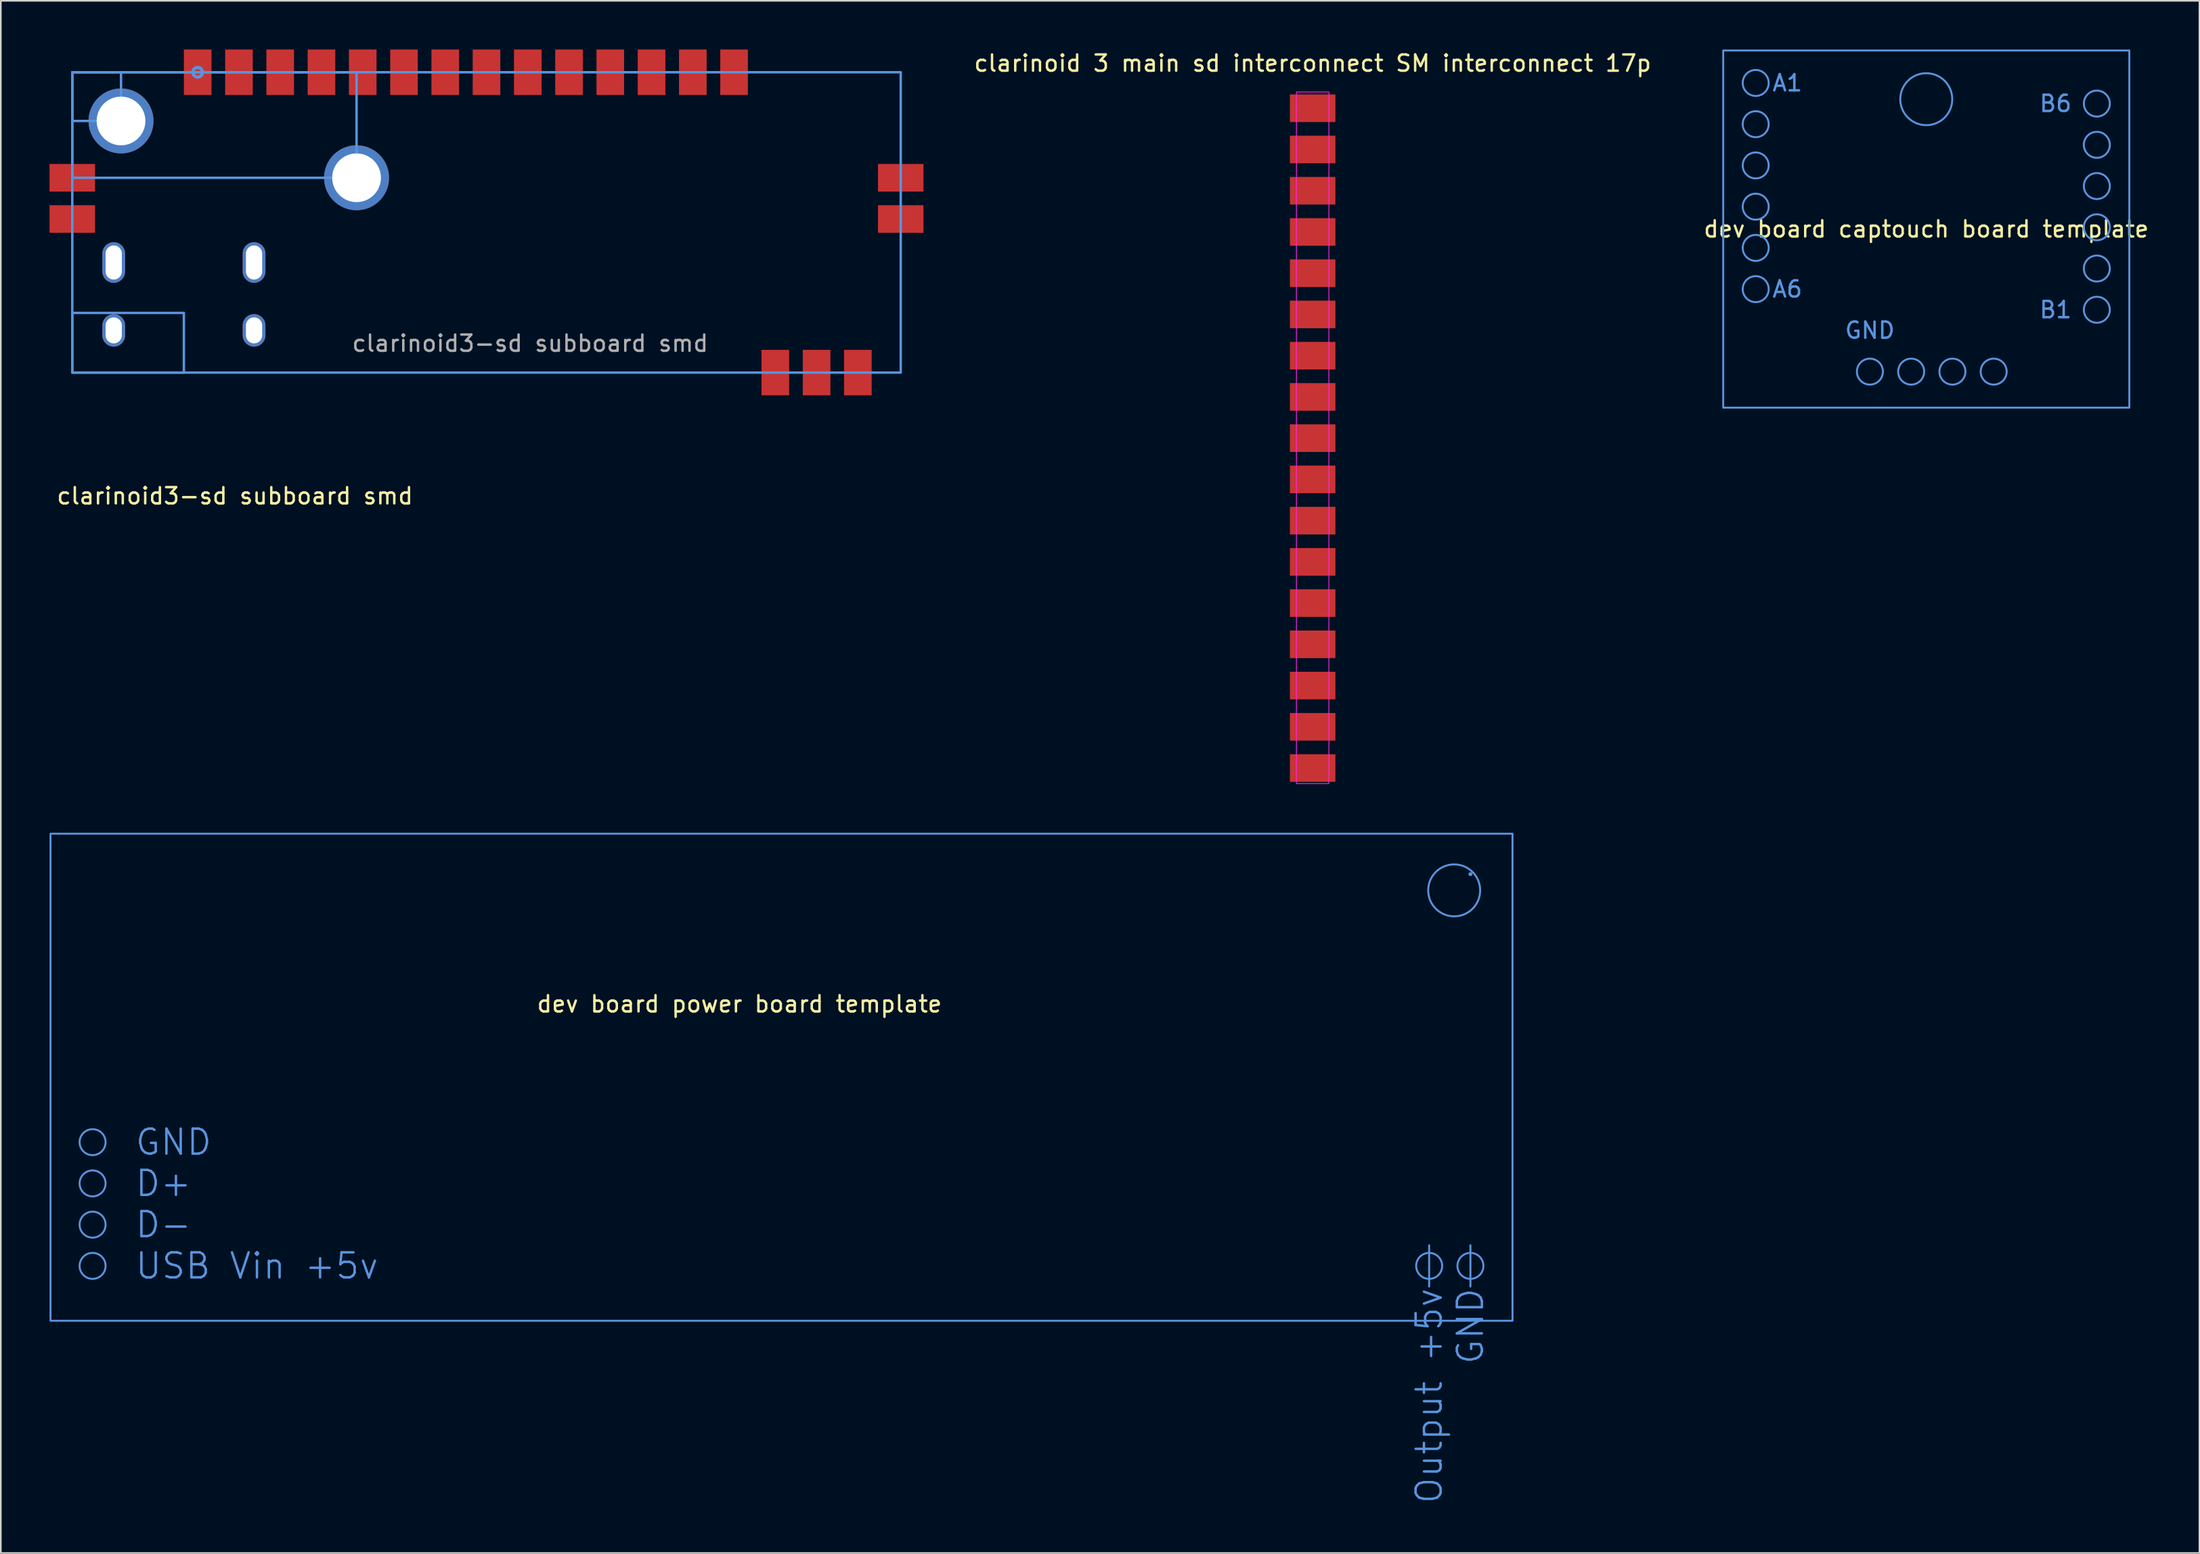
<source format=kicad_pcb>
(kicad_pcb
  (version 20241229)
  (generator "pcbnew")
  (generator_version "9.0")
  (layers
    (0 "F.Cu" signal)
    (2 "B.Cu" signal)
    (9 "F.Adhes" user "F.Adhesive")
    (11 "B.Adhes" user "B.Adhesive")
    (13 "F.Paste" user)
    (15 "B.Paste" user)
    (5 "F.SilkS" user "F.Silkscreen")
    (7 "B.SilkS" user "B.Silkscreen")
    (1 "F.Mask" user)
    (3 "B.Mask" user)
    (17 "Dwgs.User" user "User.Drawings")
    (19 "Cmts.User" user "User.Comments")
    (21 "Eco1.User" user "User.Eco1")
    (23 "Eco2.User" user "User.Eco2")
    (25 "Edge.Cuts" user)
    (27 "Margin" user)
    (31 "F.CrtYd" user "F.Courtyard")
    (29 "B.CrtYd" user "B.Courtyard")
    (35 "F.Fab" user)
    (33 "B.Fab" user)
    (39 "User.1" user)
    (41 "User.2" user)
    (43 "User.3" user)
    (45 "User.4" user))
  (footprint "clarinoid3-sd subboard smd"
    (layer "F.Cu")
    (at 18.9 7.9)
    (property "Reference" "clarinoid3-sd subboard smd" (at -7.487 19.6 0) (unlocked yes) (layer "F.SilkS") (effects (font (size 1 1) (thickness 0.15))))
    (attr smd)
    (fp_rect (start -17.5 -6.5) (end -14.5 -3.5) (stroke (width 0.15) (type solid)) (fill no) (layer "Cmts.User"))
    (fp_rect (start -17.5 -6.5) (end 0 0) (stroke (width 0.15) (type solid)) (fill no) (layer "Cmts.User"))
    (fp_rect (start -17.5 -6.5) (end 33.5 12) (stroke (width 0.15) (type solid)) (fill no) (layer "Cmts.User"))
    (fp_rect (start -10.63 8.325) (end -17.5 12) (stroke (width 0.15) (type solid)) (fill no) (layer "Cmts.User"))
    (fp_circle (center -9.78 -6.5) (end -9.483 -6.5) (stroke (width 0.2) (type solid)) (fill no) (layer "Cmts.User"))
    (fp_line (start -15.5 12) (end -5.7 12) (stroke (width 0.1) (type solid)) (layer "F.Fab"))
    (fp_line (start -13.125 0) (end -11.875 0) (stroke (width 0.1) (type solid)) (layer "F.Fab"))
    (fp_line (start -9.018 0) (end -7.768 0) (stroke (width 0.1) (type solid)) (layer "F.Fab"))
    (fp_text user "${REFERENCE}" (at 10.687 10.2 0) (unlocked yes) (layer "F.Fab") (effects (font (size 1 1) (thickness 0.15))))
    (pad "1" smd rect (at -9.78 -6.5 270) (size 2.8 1.7) (layers "F.Cu" "F.Mask" "F.Paste"))
    (pad "2" smd rect (at -7.24 -6.5 270) (size 2.8 1.7) (layers "F.Cu" "F.Mask" "F.Paste"))
    (pad "3" smd rect (at -4.7 -6.5 270) (size 2.8 1.7) (layers "F.Cu" "F.Mask" "F.Paste"))
    (pad "4" smd rect (at -2.16 -6.5 270) (size 2.8 1.7) (layers "F.Cu" "F.Mask" "F.Paste"))
    (pad "5" smd rect (at 0.38 -6.5 270) (size 2.8 1.7) (layers "F.Cu" "F.Mask" "F.Paste"))
    (pad "6" smd rect (at 2.92 -6.5 270) (size 2.8 1.7) (layers "F.Cu" "F.Mask" "F.Paste"))
    (pad "7" smd rect (at 5.46 -6.5 270) (size 2.8 1.7) (layers "F.Cu" "F.Mask" "F.Paste"))
    (pad "8" smd rect (at 8 -6.5 270) (size 2.8 1.7) (layers "F.Cu" "F.Mask" "F.Paste"))
    (pad "9" smd rect (at 10.54 -6.5 270) (size 2.8 1.7) (layers "F.Cu" "F.Mask" "F.Paste"))
    (pad "10" smd rect (at 13.08 -6.5 270) (size 2.8 1.7) (layers "F.Cu" "F.Mask" "F.Paste"))
    (pad "11" smd rect (at 15.62 -6.5 270) (size 2.8 1.7) (layers "F.Cu" "F.Mask" "F.Paste"))
    (pad "12" smd rect (at 18.16 -6.5 270) (size 2.8 1.7) (layers "F.Cu" "F.Mask" "F.Paste"))
    (pad "13" smd rect (at 20.7 -6.5 270) (size 2.8 1.7) (layers "F.Cu" "F.Mask" "F.Paste"))
    (pad "14" smd rect (at 23.24 -6.5 270) (size 2.8 1.7) (layers "F.Cu" "F.Mask" "F.Paste"))
    (pad "15" smd rect (at 25.78 12 270) (size 2.8 1.7) (layers "F.Cu" "F.Mask" "F.Paste"))
    (pad "16" smd rect (at 28.32 12 270) (size 2.8 1.7) (layers "F.Cu" "F.Mask" "F.Paste"))
    (pad "17" smd rect (at 30.86 12 270) (size 2.8 1.7) (layers "F.Cu" "F.Mask" "F.Paste"))
    (pad "18" smd rect (at -17.5 0) (size 2.8 1.7) (layers "F.Cu" "F.Mask" "F.Paste"))
    (pad "19" smd rect (at -17.5 2.54) (size 2.8 1.7) (layers "F.Cu" "F.Mask" "F.Paste"))
    (pad "20" smd rect (at 33.5 0) (size 2.8 1.7) (layers "F.Cu" "F.Mask" "F.Paste"))
    (pad "21" smd rect (at 33.5 2.54) (size 2.8 1.7) (layers "F.Cu" "F.Mask" "F.Paste"))
    (pad "SOTHER" thru_hole circle (at 0 0) (size 4 4) (drill 3) (layers "*.Cu" "*.Mask"))
    (pad "SUSB" thru_hole oval (at -14.95 5.22) (size 1.4 2.5) (drill oval 1 2.1) (layers "*.Cu" "*.Mask"))
    (pad "SUSB" thru_hole oval (at -14.95 9.4) (size 1.4 2) (drill oval 1 1.6) (layers "*.Cu" "*.Mask"))
    (pad "SUSB" thru_hole circle (at -14.5 -3.5) (size 4 4) (drill 3) (layers "*.Cu" "*.Mask"))
    (pad "SUSB" thru_hole oval (at -6.31 5.22) (size 1.4 2.5) (drill oval 1 2.1) (layers "*.Cu" "*.Mask"))
    (pad "SUSB" thru_hole oval (at -6.31 9.4) (size 1.4 2) (drill oval 1 1.6) (layers "*.Cu" "*.Mask")))
  (footprint "clarinoid 3 main sd interconnect SM interconnect 17p"
    (layer "F.Cu")
    (at 77.758 3.618)
    (property "Reference" "clarinoid 3 main sd interconnect SM interconnect 17p" (at 0 -2.77 0) (layer "F.SilkS") (effects (font (size 1 1) (thickness 0.15))))
    (attr through_hole)
    (fp_rect (start -1 -1) (end 1 41.6) (stroke (width 0.05) (type solid)) (fill no) (layer "F.CrtYd"))
    (pad "1" smd rect (at 0 0) (size 2.8 1.7) (layers "F.Cu" "F.Mask" "F.Paste"))
    (pad "2" smd rect (at 0 2.54) (size 2.8 1.7) (layers "F.Cu" "F.Mask" "F.Paste"))
    (pad "3" smd rect (at 0 5.08) (size 2.8 1.7) (layers "F.Cu" "F.Mask" "F.Paste"))
    (pad "4" smd rect (at 0 7.62) (size 2.8 1.7) (layers "F.Cu" "F.Mask" "F.Paste"))
    (pad "5" smd rect (at 0 10.16) (size 2.8 1.7) (layers "F.Cu" "F.Mask" "F.Paste"))
    (pad "6" smd rect (at 0 12.7) (size 2.8 1.7) (layers "F.Cu" "F.Mask" "F.Paste"))
    (pad "7" smd rect (at 0 15.24) (size 2.8 1.7) (layers "F.Cu" "F.Mask" "F.Paste"))
    (pad "8" smd rect (at 0 17.78) (size 2.8 1.7) (layers "F.Cu" "F.Mask" "F.Paste"))
    (pad "9" smd rect (at 0 20.32) (size 2.8 1.7) (layers "F.Cu" "F.Mask" "F.Paste"))
    (pad "10" smd rect (at 0 22.86) (size 2.8 1.7) (layers "F.Cu" "F.Mask" "F.Paste"))
    (pad "11" smd rect (at 0 25.4) (size 2.8 1.7) (layers "F.Cu" "F.Mask" "F.Paste"))
    (pad "12" smd rect (at 0 27.94) (size 2.8 1.7) (layers "F.Cu" "F.Mask" "F.Paste"))
    (pad "13" smd rect (at 0 30.48) (size 2.8 1.7) (layers "F.Cu" "F.Mask" "F.Paste"))
    (pad "14" smd rect (at 0 33.02) (size 2.8 1.7) (layers "F.Cu" "F.Mask" "F.Paste"))
    (pad "15" smd rect (at 0 35.56) (size 2.8 1.7) (layers "F.Cu" "F.Mask" "F.Paste"))
    (pad "16" smd rect (at 0 38.1) (size 2.8 1.7) (layers "F.Cu" "F.Mask" "F.Paste"))
    (pad "17" smd rect (at 0 40.64) (size 2.8 1.7) (layers "F.Cu" "F.Mask" "F.Paste")))
  (footprint "dev board captouch board template"
    (layer "F.Cu")
    (at 115.532 3.06)
    (property "Reference" "dev board captouch board template" (at 0 8 0) (unlocked yes) (layer "F.SilkS") (effects (font (size 1 1) (thickness 0.15))))
    (attr smd)
    (fp_rect (start -12.5 -3) (end 12.5 19) (stroke (width 0.12) (type solid)) (fill no) (layer "Cmts.User"))
    (fp_circle (center -10.5 -1) (end -9.7 -1) (stroke (width 0.12) (type solid)) (fill no) (layer "Cmts.User"))
    (fp_circle (center -10.5 1.54) (end -9.7 1.54) (stroke (width 0.12) (type solid)) (fill no) (layer "Cmts.User"))
    (fp_circle (center -10.5 4.08) (end -9.7 4.08) (stroke (width 0.12) (type solid)) (fill no) (layer "Cmts.User"))
    (fp_circle (center -10.5 6.62) (end -9.7 6.62) (stroke (width 0.12) (type solid)) (fill no) (layer "Cmts.User"))
    (fp_circle (center -10.5 9.16) (end -9.7 9.16) (stroke (width 0.12) (type solid)) (fill no) (layer "Cmts.User"))
    (fp_circle (center -10.5 11.7) (end -9.7 11.7) (stroke (width 0.12) (type solid)) (fill no) (layer "Cmts.User"))
    (fp_circle (center -3.47 16.78) (end -3.47 15.98) (stroke (width 0.12) (type solid)) (fill no) (layer "Cmts.User"))
    (fp_circle (center -0.93 16.78) (end -0.93 15.98) (stroke (width 0.12) (type solid)) (fill no) (layer "Cmts.User"))
    (fp_circle (center 0 0) (end 1.6 0) (stroke (width 0.12) (type solid)) (fill no) (layer "Cmts.User"))
    (fp_circle (center 1.61 16.78) (end 1.61 15.98) (stroke (width 0.12) (type solid)) (fill no) (layer "Cmts.User"))
    (fp_circle (center 4.15 16.78) (end 4.15 15.98) (stroke (width 0.12) (type solid)) (fill no) (layer "Cmts.User"))
    (fp_circle (center 10.5 0.27) (end 11.3 0.27) (stroke (width 0.12) (type solid)) (fill no) (layer "Cmts.User"))
    (fp_circle (center 10.5 2.81) (end 11.3 2.81) (stroke (width 0.12) (type solid)) (fill no) (layer "Cmts.User"))
    (fp_circle (center 10.5 5.35) (end 11.3 5.35) (stroke (width 0.12) (type solid)) (fill no) (layer "Cmts.User"))
    (fp_circle (center 10.5 7.89) (end 11.3 7.89) (stroke (width 0.12) (type solid)) (fill no) (layer "Cmts.User"))
    (fp_circle (center 10.5 10.43) (end 11.3 10.43) (stroke (width 0.12) (type solid)) (fill no) (layer "Cmts.User"))
    (fp_circle (center 10.5 12.97) (end 11.3 12.97) (stroke (width 0.12) (type solid)) (fill no) (layer "Cmts.User"))
    (fp_text user "B1" (at 7.96 12.97 0) (unlocked yes) (layer "Cmts.User") (effects (font (size 1 1) (thickness 0.15))))
    (fp_text user "A6" (at -8.55 11.7 0) (unlocked yes) (layer "Cmts.User") (effects (font (size 1 1) (thickness 0.15))))
    (fp_text user "GND" (at -3.47 14.24 0) (unlocked yes) (layer "Cmts.User") (effects (font (size 1 1) (thickness 0.15))))
    (fp_text user "A1" (at -8.55 -1 0) (unlocked yes) (layer "Cmts.User") (effects (font (size 1 1) (thickness 0.15))))
    (fp_text user "B6" (at 7.96 0.27 0) (unlocked yes) (layer "Cmts.User") (effects (font (size 1 1) (thickness 0.15)))))
  (footprint "dev board power board template"
    (layer "F.Cu")
    (at 85.47 51.793)
    (property "Reference" "dev board power board template" (at -43 7 0) (unlocked yes) (layer "F.SilkS") (effects (font (size 1 1) (thickness 0.15))))
    (attr smd)
    (fp_line (start -0.54 21.86) (end -0.54 24.4) (stroke (width 0.12) (type solid)) (layer "Cmts.User"))
    (fp_line (start 2 21.86) (end 2 24.4) (stroke (width 0.12) (type solid)) (layer "Cmts.User"))
    (fp_rect (start -85.41 -3.49) (end 4.59 26.51) (stroke (width 0.12) (type solid)) (fill no) (layer "Cmts.User"))
    (fp_circle (center -82.82 15.51) (end -82.02 15.51) (stroke (width 0.12) (type solid)) (fill no) (layer "Cmts.User"))
    (fp_circle (center -82.82 18.05) (end -82.02 18.05) (stroke (width 0.12) (type solid)) (fill no) (layer "Cmts.User"))
    (fp_circle (center -82.82 20.59) (end -82.02 20.59) (stroke (width 0.12) (type solid)) (fill no) (layer "Cmts.User"))
    (fp_circle (center -82.82 23.13) (end -82.02 23.13) (stroke (width 0.12) (type solid)) (fill no) (layer "Cmts.User"))
    (fp_circle (center -0.54 23.13) (end 0.26 23.13) (stroke (width 0.12) (type solid)) (fill no) (layer "Cmts.User"))
    (fp_circle (center 1 0) (end 2.6 0) (stroke (width 0.12) (type solid)) (fill no) (layer "Cmts.User"))
    (fp_circle (center 2 -1) (end 2 -1) (stroke (width 0.12) (type solid)) (fill no) (layer "Cmts.User"))
    (fp_circle (center 2 23.13) (end 2.8 23.13) (stroke (width 0.12) (type solid)) (fill no) (layer "Cmts.User"))
    (fp_text user "USB Vin +5v" (at -80.28 23.13 0) (unlocked yes) (layer "Cmts.User") (effects (font (size 1.54 1.54) (thickness 0.15)) (justify left)))
    (fp_text user "Output +5v" (at -0.54 24.4 90) (unlocked yes) (layer "Cmts.User") (effects (font (size 1.54 1.54) (thickness 0.15)) (justify right)))
    (fp_text user "D+" (at -80.28 18.05 0) (unlocked yes) (layer "Cmts.User") (effects (font (size 1.54 1.54) (thickness 0.15)) (justify left)))
    (fp_text user "D-" (at -80.28 20.59 0) (unlocked yes) (layer "Cmts.User") (effects (font (size 1.54 1.54) (thickness 0.15)) (justify left)))
    (fp_text user "GND" (at 2 24.4 90) (unlocked yes) (layer "Cmts.User") (effects (font (size 1.54 1.54) (thickness 0.15)) (justify right)))
    (fp_text user "GND" (at -80.28 15.51 0) (unlocked yes) (layer "Cmts.User") (effects (font (size 1.54 1.54) (thickness 0.15)) (justify left))))
  (gr_rect
    (start -3 -3)
    (end 132.348 92.609)
    (stroke (width 0.1) (type default))
    (fill no)
    (layer "Edge.Cuts")))
</source>
